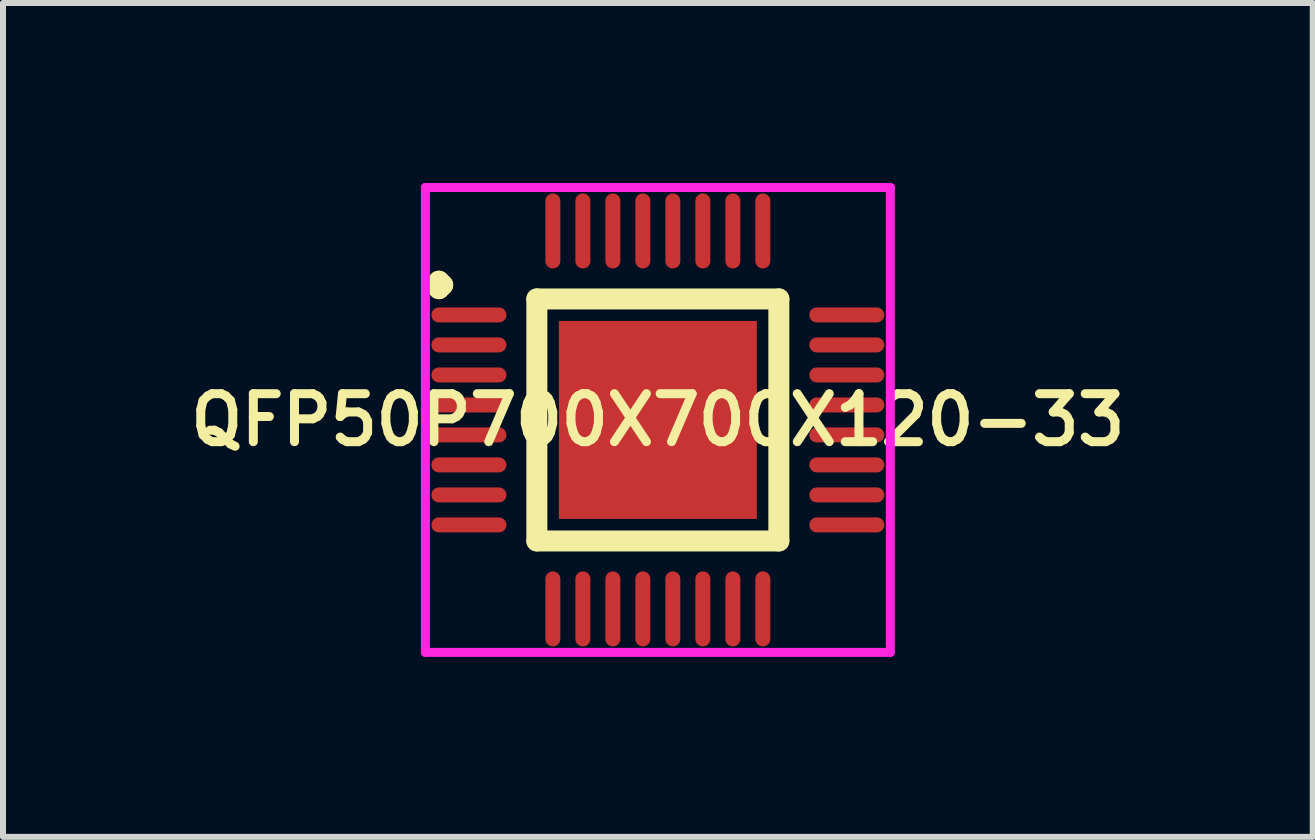
<source format=kicad_pcb>
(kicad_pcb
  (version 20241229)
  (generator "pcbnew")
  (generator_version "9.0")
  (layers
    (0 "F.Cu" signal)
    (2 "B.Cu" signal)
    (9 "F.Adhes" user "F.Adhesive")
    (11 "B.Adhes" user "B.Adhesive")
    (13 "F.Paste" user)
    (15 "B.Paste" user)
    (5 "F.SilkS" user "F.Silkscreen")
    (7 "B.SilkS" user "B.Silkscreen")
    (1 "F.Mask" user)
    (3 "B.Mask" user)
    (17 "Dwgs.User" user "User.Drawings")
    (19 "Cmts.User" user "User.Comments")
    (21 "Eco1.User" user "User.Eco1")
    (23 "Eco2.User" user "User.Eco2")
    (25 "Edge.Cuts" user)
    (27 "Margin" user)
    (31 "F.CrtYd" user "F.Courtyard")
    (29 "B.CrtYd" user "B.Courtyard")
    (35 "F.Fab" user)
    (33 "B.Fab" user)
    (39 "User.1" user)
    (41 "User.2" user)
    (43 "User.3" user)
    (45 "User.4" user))
  (footprint "QFP50P700X700X120-33"
    (layer "F.Cu")
    (at 7.916 3.95)
    (property "Reference" "QFP50P700X700X120-33" (at 0 0 0) (layer "F.SilkS") (effects (font (size 0.8 0.8) (thickness 0.15))))
    (attr through_hole)
    (fp_line (start -3.712 -2.25) (end -3.65 -2.312) (stroke (width 0.35) (type solid)) (layer "F.SilkS"))
    (fp_line (start -3.65 -2.312) (end -3.587 -2.25) (stroke (width 0.35) (type solid)) (layer "F.SilkS"))
    (fp_line (start -3.65 -2.188) (end -3.712 -2.25) (stroke (width 0.35) (type solid)) (layer "F.SilkS"))
    (fp_line (start -3.587 -2.25) (end -3.65 -2.188) (stroke (width 0.35) (type solid)) (layer "F.SilkS"))
    (fp_line (start -2.017 -2.017) (end -2.017 2.017) (stroke (width 0.35) (type solid)) (layer "F.SilkS"))
    (fp_line (start -2.017 2.017) (end 2.017 2.017) (stroke (width 0.35) (type solid)) (layer "F.SilkS"))
    (fp_line (start 2.017 -2.017) (end -2.017 -2.017) (stroke (width 0.35) (type solid)) (layer "F.SilkS"))
    (fp_line (start 2.017 2.017) (end 2.017 -2.017) (stroke (width 0.35) (type solid)) (layer "F.SilkS"))
    (fp_line (start -3.875 -3.875) (end 3.875 -3.875) (stroke (width 0.15) (type solid)) (layer "F.CrtYd"))
    (fp_line (start -3.875 3.875) (end -3.875 -3.875) (stroke (width 0.15) (type solid)) (layer "F.CrtYd"))
    (fp_line (start 3.875 -3.875) (end 3.875 3.875) (stroke (width 0.15) (type solid)) (layer "F.CrtYd"))
    (fp_line (start 3.875 3.875) (end -3.875 3.875) (stroke (width 0.15) (type solid)) (layer "F.CrtYd"))
    (pad "1" smd oval (at -3.15 -1.75) (size 1.25 0.25) (layers "F.Cu" "F.Mask" "F.Paste"))
    (pad "2" smd oval (at -3.15 -1.25) (size 1.25 0.25) (layers "F.Cu" "F.Mask" "F.Paste"))
    (pad "3" smd oval (at -3.15 -0.75) (size 1.25 0.25) (layers "F.Cu" "F.Mask" "F.Paste"))
    (pad "4" smd oval (at -3.15 -0.25) (size 1.25 0.25) (layers "F.Cu" "F.Mask" "F.Paste"))
    (pad "5" smd oval (at -3.15 0.25) (size 1.25 0.25) (layers "F.Cu" "F.Mask" "F.Paste"))
    (pad "6" smd oval (at -3.15 0.75) (size 1.25 0.25) (layers "F.Cu" "F.Mask" "F.Paste"))
    (pad "7" smd oval (at -3.15 1.25) (size 1.25 0.25) (layers "F.Cu" "F.Mask" "F.Paste"))
    (pad "8" smd oval (at -3.15 1.75) (size 1.25 0.25) (layers "F.Cu" "F.Mask" "F.Paste"))
    (pad "9" smd oval (at -1.75 3.15) (size 0.25 1.25) (layers "F.Cu" "F.Mask" "F.Paste"))
    (pad "10" smd oval (at -1.25 3.15) (size 0.25 1.25) (layers "F.Cu" "F.Mask" "F.Paste"))
    (pad "11" smd oval (at -0.75 3.15) (size 0.25 1.25) (layers "F.Cu" "F.Mask" "F.Paste"))
    (pad "12" smd oval (at -0.25 3.15) (size 0.25 1.25) (layers "F.Cu" "F.Mask" "F.Paste"))
    (pad "13" smd oval (at 0.25 3.15) (size 0.25 1.25) (layers "F.Cu" "F.Mask" "F.Paste"))
    (pad "14" smd oval (at 0.75 3.15) (size 0.25 1.25) (layers "F.Cu" "F.Mask" "F.Paste"))
    (pad "15" smd oval (at 1.25 3.15) (size 0.25 1.25) (layers "F.Cu" "F.Mask" "F.Paste"))
    (pad "16" smd oval (at 1.75 3.15) (size 0.25 1.25) (layers "F.Cu" "F.Mask" "F.Paste"))
    (pad "17" smd oval (at 3.15 1.75) (size 1.25 0.25) (layers "F.Cu" "F.Mask" "F.Paste"))
    (pad "18" smd oval (at 3.15 1.25) (size 1.25 0.25) (layers "F.Cu" "F.Mask" "F.Paste"))
    (pad "19" smd oval (at 3.15 0.75) (size 1.25 0.25) (layers "F.Cu" "F.Mask" "F.Paste"))
    (pad "20" smd oval (at 3.15 0.25) (size 1.25 0.25) (layers "F.Cu" "F.Mask" "F.Paste"))
    (pad "21" smd oval (at 3.15 -0.25) (size 1.25 0.25) (layers "F.Cu" "F.Mask" "F.Paste"))
    (pad "22" smd oval (at 3.15 -0.75) (size 1.25 0.25) (layers "F.Cu" "F.Mask" "F.Paste"))
    (pad "23" smd oval (at 3.15 -1.25) (size 1.25 0.25) (layers "F.Cu" "F.Mask" "F.Paste"))
    (pad "24" smd oval (at 3.15 -1.75) (size 1.25 0.25) (layers "F.Cu" "F.Mask" "F.Paste"))
    (pad "25" smd oval (at 1.75 -3.15) (size 0.25 1.25) (layers "F.Cu" "F.Mask" "F.Paste"))
    (pad "26" smd oval (at 1.25 -3.15) (size 0.25 1.25) (layers "F.Cu" "F.Mask" "F.Paste"))
    (pad "27" smd oval (at 0.75 -3.15) (size 0.25 1.25) (layers "F.Cu" "F.Mask" "F.Paste"))
    (pad "28" smd oval (at 0.25 -3.15) (size 0.25 1.25) (layers "F.Cu" "F.Mask" "F.Paste"))
    (pad "29" smd oval (at -0.25 -3.15) (size 0.25 1.25) (layers "F.Cu" "F.Mask" "F.Paste"))
    (pad "30" smd oval (at -0.75 -3.15) (size 0.25 1.25) (layers "F.Cu" "F.Mask" "F.Paste"))
    (pad "31" smd oval (at -1.25 -3.15) (size 0.25 1.25) (layers "F.Cu" "F.Mask" "F.Paste"))
    (pad "32" smd oval (at -1.75 -3.15) (size 0.25 1.25) (layers "F.Cu" "F.Mask" "F.Paste"))
    (pad "33" smd rect (at 0 0) (size 3.3 3.3) (layers "F.Cu" "F.Mask" "F.Paste")))
  (gr_rect
    (start -3 -3)
    (end 18.833 10.9)
    (stroke (width 0.1) (type default))
    (fill no)
    (layer "Edge.Cuts")))
</source>
